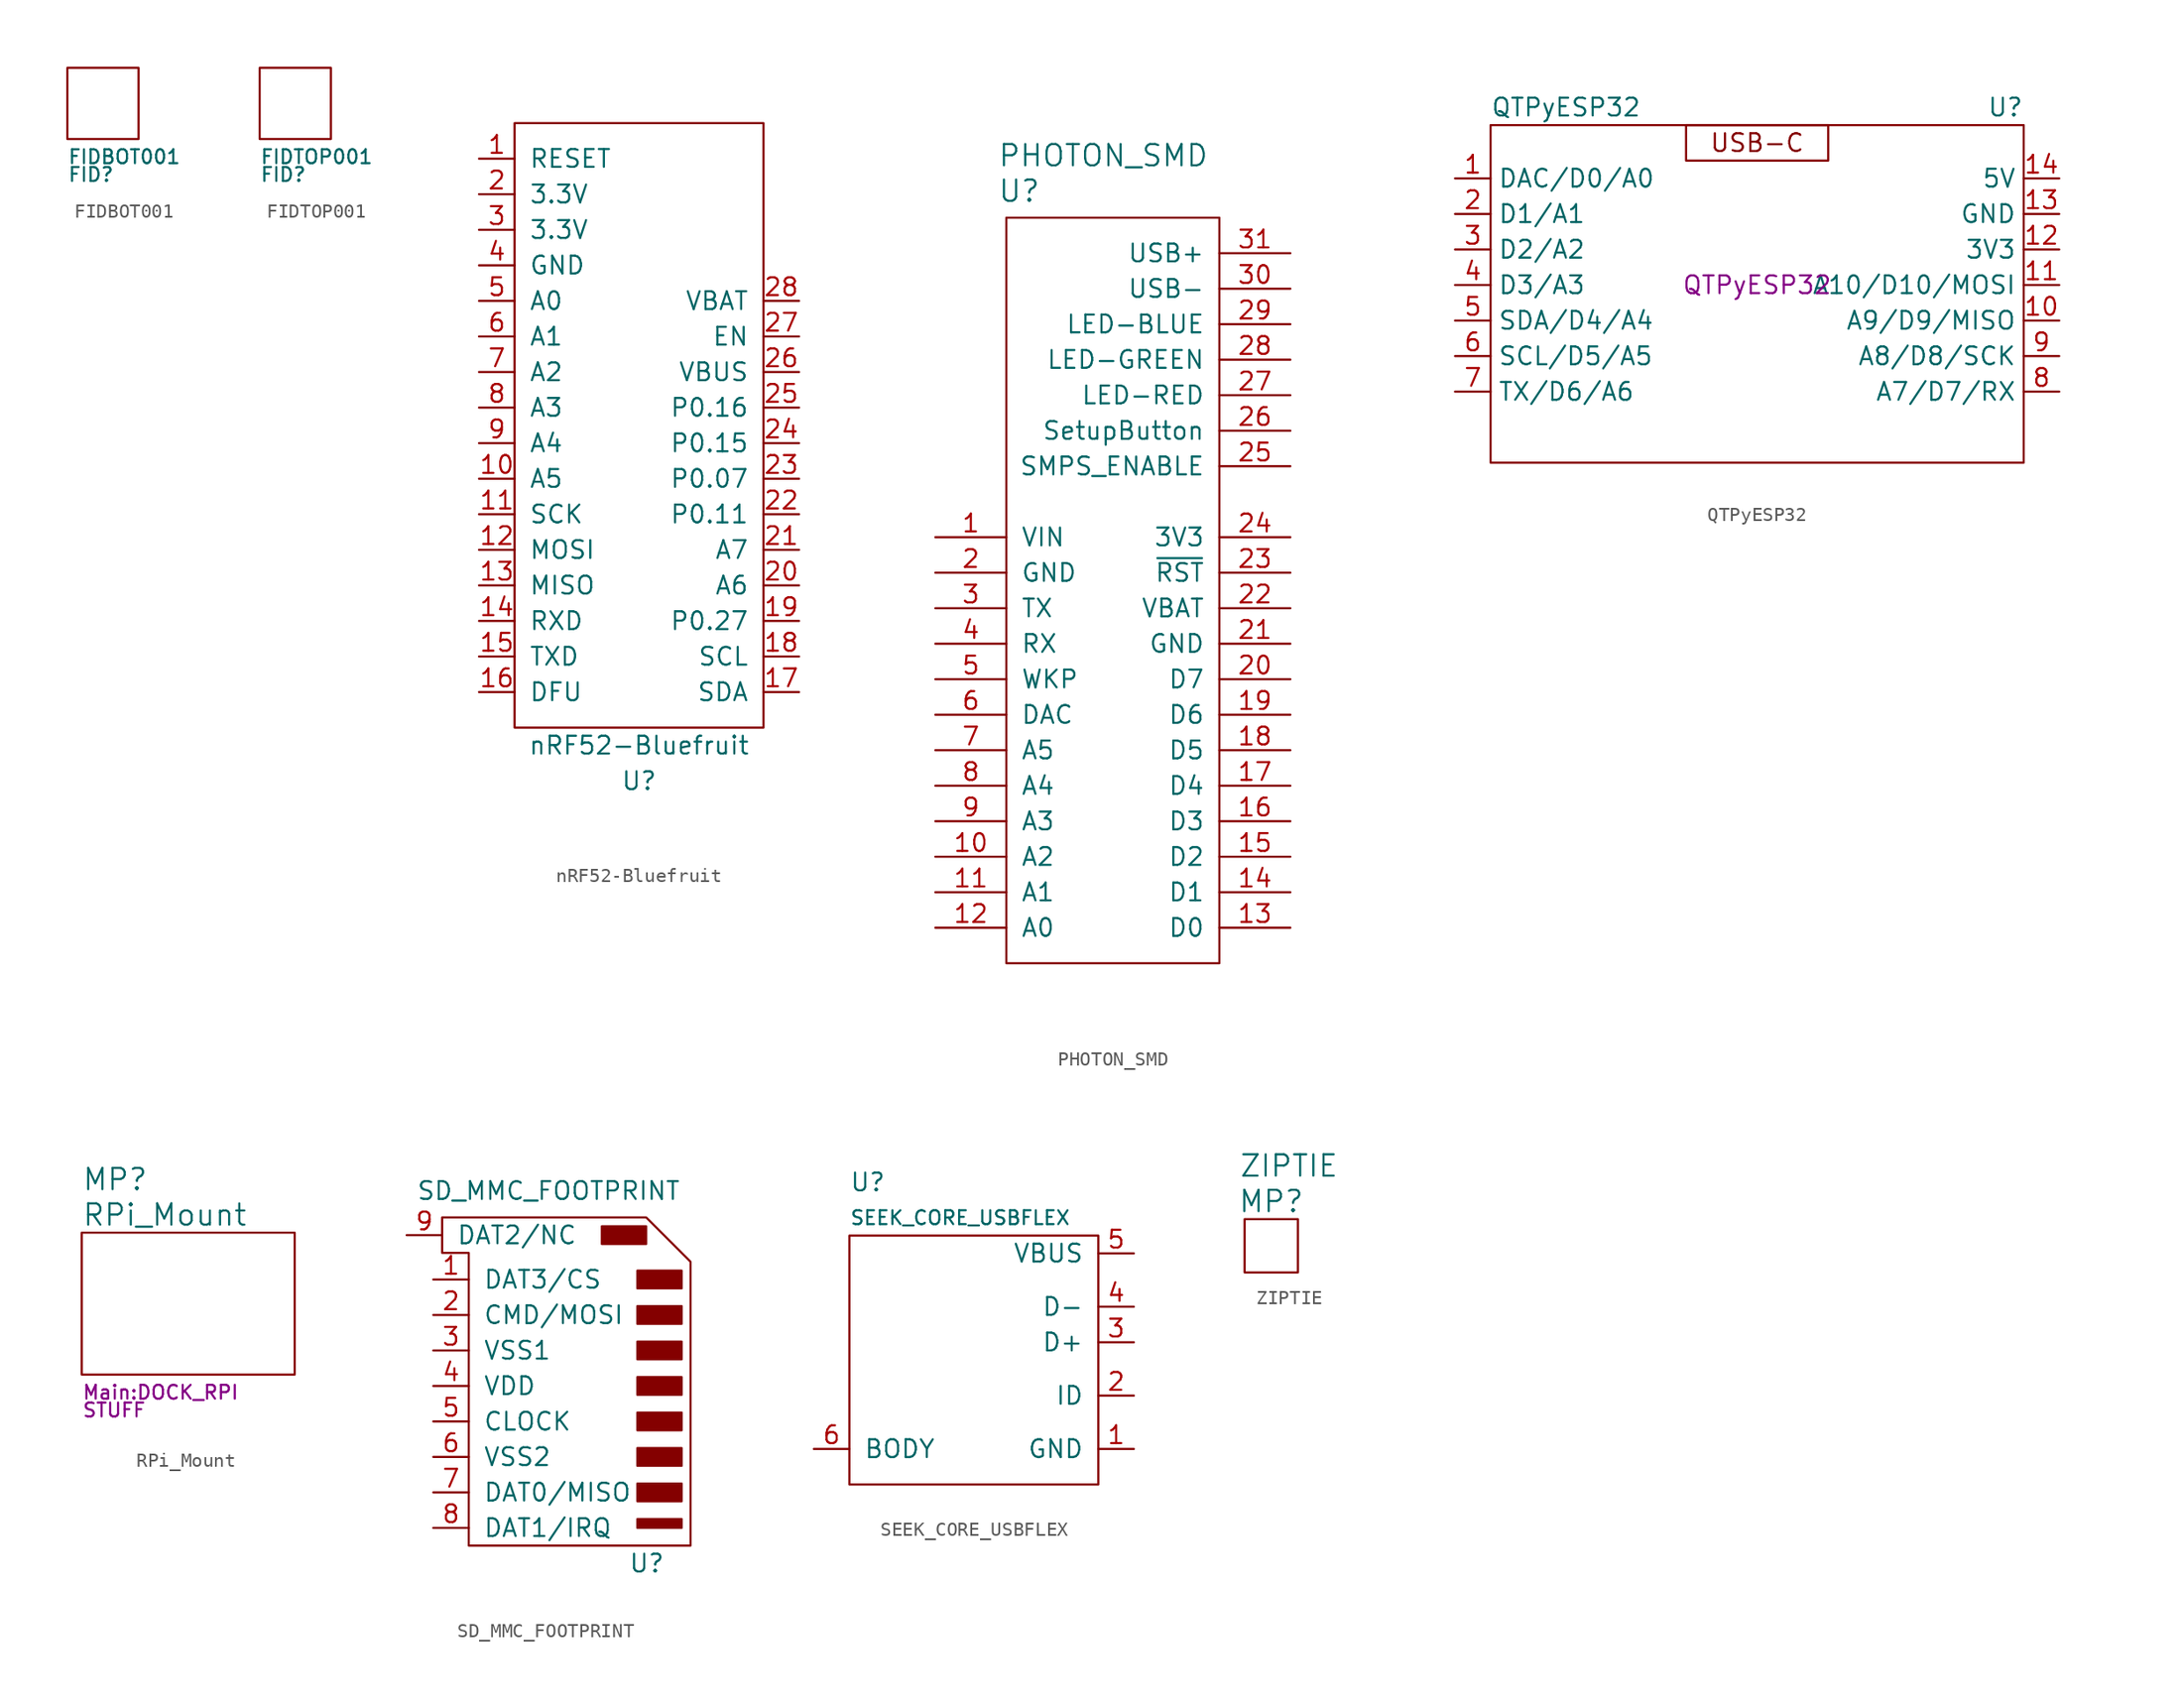
<source format=kicad_sym>
(kicad_symbol_lib
  (version 20211014)
  (generator kicad_symbol_editor)
  (symbol "FIDBOT001"
    (pin_names
      (offset 1.016))
    (property "Reference" "FID"
      (at -2.54 -5.08 0)
      (effects (font (size 0.991 0.991)) (justify left)))
    (property "Value" "FIDBOT001"
      (at -2.54 -3.81 0)
      (effects (font (size 0.991 0.991)) (justify left)))
    (symbol "FIDBOT001_0_1"
      (rectangle (start 2.54 -2.54) (end -2.54 2.54) (stroke (width 0) (type default) (color 0 0 0 0)) (fill (type none)))))
  (symbol "FIDTOP001"
    (pin_names
      (offset 1.016))
    (property "Reference" "FID"
      (at -2.54 -5.08 0)
      (effects (font (size 0.991 0.991)) (justify left)))
    (property "Value" "FIDTOP001"
      (at -2.54 -3.81 0)
      (effects (font (size 0.991 0.991)) (justify left)))
    (symbol "FIDTOP001_0_1"
      (rectangle (start 2.54 -2.54) (end -2.54 2.54) (stroke (width 0) (type default) (color 0 0 0 0)) (fill (type none)))))
  (symbol "nRF52-Bluefruit"
    (pin_names
      (offset 1.016))
    (property "Reference" "U"
      (at 0 -25.4 0)
      (effects (font (size 1.27 1.27))))
    (property "Value" "nRF52-Bluefruit"
      (at 0 -22.86 0)
      (effects (font (size 1.27 1.27))))
    (symbol "nRF52-Bluefruit_0_1"
      (rectangle (start 8.89 -21.59) (end -8.89 21.59) (stroke (width 0) (type default) (color 0 0 0 0)) (fill (type none))))
    (symbol "nRF52-Bluefruit_1_1"
      (pin input line (at -11.43 19.05 0) (length 2.54) (name "RESET" (effects (font (size 1.27 1.27)))) (number "1" (effects (font (size 1.27 1.27)))))
      (pin bidirectional line (at -11.43 -3.81 0) (length 2.54) (name "A5" (effects (font (size 1.27 1.27)))) (number "10" (effects (font (size 1.27 1.27)))))
      (pin bidirectional line (at -11.43 -6.35 0) (length 2.54) (name "SCK" (effects (font (size 1.27 1.27)))) (number "11" (effects (font (size 1.27 1.27)))))
      (pin bidirectional line (at -11.43 -8.89 0) (length 2.54) (name "MOSI" (effects (font (size 1.27 1.27)))) (number "12" (effects (font (size 1.27 1.27)))))
      (pin bidirectional line (at -11.43 -11.43 0) (length 2.54) (name "MISO" (effects (font (size 1.27 1.27)))) (number "13" (effects (font (size 1.27 1.27)))))
      (pin bidirectional line (at -11.43 -13.97 0) (length 2.54) (name "RXD" (effects (font (size 1.27 1.27)))) (number "14" (effects (font (size 1.27 1.27)))))
      (pin bidirectional line (at -11.43 -16.51 0) (length 2.54) (name "TXD" (effects (font (size 1.27 1.27)))) (number "15" (effects (font (size 1.27 1.27)))))
      (pin bidirectional line (at -11.43 -19.05 0) (length 2.54) (name "DFU" (effects (font (size 1.27 1.27)))) (number "16" (effects (font (size 1.27 1.27)))))
      (pin bidirectional line (at 11.43 -19.05 180) (length 2.54) (name "SDA" (effects (font (size 1.27 1.27)))) (number "17" (effects (font (size 1.27 1.27)))))
      (pin bidirectional line (at 11.43 -16.51 180) (length 2.54) (name "SCL" (effects (font (size 1.27 1.27)))) (number "18" (effects (font (size 1.27 1.27)))))
      (pin bidirectional line (at 11.43 -13.97 180) (length 2.54) (name "P0.27" (effects (font (size 1.27 1.27)))) (number "19" (effects (font (size 1.27 1.27)))))
      (pin power_in line (at -11.43 16.51 0) (length 2.54) (name "3.3V" (effects (font (size 1.27 1.27)))) (number "2" (effects (font (size 1.27 1.27)))))
      (pin bidirectional line (at 11.43 -11.43 180) (length 2.54) (name "A6" (effects (font (size 1.27 1.27)))) (number "20" (effects (font (size 1.27 1.27)))))
      (pin bidirectional line (at 11.43 -8.89 180) (length 2.54) (name "A7" (effects (font (size 1.27 1.27)))) (number "21" (effects (font (size 1.27 1.27)))))
      (pin bidirectional line (at 11.43 -6.35 180) (length 2.54) (name "P0.11" (effects (font (size 1.27 1.27)))) (number "22" (effects (font (size 1.27 1.27)))))
      (pin bidirectional line (at 11.43 -3.81 180) (length 2.54) (name "P0.07" (effects (font (size 1.27 1.27)))) (number "23" (effects (font (size 1.27 1.27)))))
      (pin bidirectional line (at 11.43 -1.27 180) (length 2.54) (name "P0.15" (effects (font (size 1.27 1.27)))) (number "24" (effects (font (size 1.27 1.27)))))
      (pin bidirectional line (at 11.43 1.27 180) (length 2.54) (name "P0.16" (effects (font (size 1.27 1.27)))) (number "25" (effects (font (size 1.27 1.27)))))
      (pin bidirectional line (at 11.43 3.81 180) (length 2.54) (name "VBUS" (effects (font (size 1.27 1.27)))) (number "26" (effects (font (size 1.27 1.27)))))
      (pin bidirectional line (at 11.43 6.35 180) (length 2.54) (name "EN" (effects (font (size 1.27 1.27)))) (number "27" (effects (font (size 1.27 1.27)))))
      (pin bidirectional line (at 11.43 8.89 180) (length 2.54) (name "VBAT" (effects (font (size 1.27 1.27)))) (number "28" (effects (font (size 1.27 1.27)))))
      (pin power_in line (at -11.43 13.97 0) (length 2.54) (name "3.3V" (effects (font (size 1.27 1.27)))) (number "3" (effects (font (size 1.27 1.27)))))
      (pin power_in line (at -11.43 11.43 0) (length 2.54) (name "GND" (effects (font (size 1.27 1.27)))) (number "4" (effects (font (size 1.27 1.27)))))
      (pin bidirectional line (at -11.43 8.89 0) (length 2.54) (name "A0" (effects (font (size 1.27 1.27)))) (number "5" (effects (font (size 1.27 1.27)))))
      (pin bidirectional line (at -11.43 6.35 0) (length 2.54) (name "A1" (effects (font (size 1.27 1.27)))) (number "6" (effects (font (size 1.27 1.27)))))
      (pin bidirectional line (at -11.43 3.81 0) (length 2.54) (name "A2" (effects (font (size 1.27 1.27)))) (number "7" (effects (font (size 1.27 1.27)))))
      (pin bidirectional line (at -11.43 1.27 0) (length 2.54) (name "A3" (effects (font (size 1.27 1.27)))) (number "8" (effects (font (size 1.27 1.27)))))
      (pin bidirectional line (at -11.43 -1.27 0) (length 2.54) (name "A4" (effects (font (size 1.27 1.27)))) (number "9" (effects (font (size 1.27 1.27)))))))
  (symbol "PHOTON_SMD"
    (pin_names
      (offset 1.016))
    (property "Reference" "U"
      (at -8.255 28.575 0)
      (effects (font (size 1.524 1.524)) (justify left)))
    (property "Value" "PHOTON_SMD"
      (at -8.255 31.115 0)
      (effects (font (size 1.524 1.524)) (justify left)))
    (symbol "PHOTON_SMD_0_1"
      (rectangle (start 7.62 -26.67) (end -7.62 26.67) (stroke (width 0) (type default) (color 0 0 0 0)) (fill (type none))))
    (symbol "PHOTON_SMD_1_1"
      (pin power_in line (at -12.7 3.81 0) (length 5.08) (name "VIN" (effects (font (size 1.27 1.27)))) (number "1" (effects (font (size 1.27 1.27)))))
      (pin bidirectional line (at -12.7 -19.05 0) (length 5.08) (name "A2" (effects (font (size 1.27 1.27)))) (number "10" (effects (font (size 1.27 1.27)))))
      (pin bidirectional line (at -12.7 -21.59 0) (length 5.08) (name "A1" (effects (font (size 1.27 1.27)))) (number "11" (effects (font (size 1.27 1.27)))))
      (pin bidirectional line (at -12.7 -24.13 0) (length 5.08) (name "A0" (effects (font (size 1.27 1.27)))) (number "12" (effects (font (size 1.27 1.27)))))
      (pin bidirectional line (at 12.7 -24.13 180) (length 5.08) (name "D0" (effects (font (size 1.27 1.27)))) (number "13" (effects (font (size 1.27 1.27)))))
      (pin bidirectional line (at 12.7 -21.59 180) (length 5.08) (name "D1" (effects (font (size 1.27 1.27)))) (number "14" (effects (font (size 1.27 1.27)))))
      (pin bidirectional line (at 12.7 -19.05 180) (length 5.08) (name "D2" (effects (font (size 1.27 1.27)))) (number "15" (effects (font (size 1.27 1.27)))))
      (pin bidirectional line (at 12.7 -16.51 180) (length 5.08) (name "D3" (effects (font (size 1.27 1.27)))) (number "16" (effects (font (size 1.27 1.27)))))
      (pin bidirectional line (at 12.7 -13.97 180) (length 5.08) (name "D4" (effects (font (size 1.27 1.27)))) (number "17" (effects (font (size 1.27 1.27)))))
      (pin bidirectional line (at 12.7 -11.43 180) (length 5.08) (name "D5" (effects (font (size 1.27 1.27)))) (number "18" (effects (font (size 1.27 1.27)))))
      (pin bidirectional line (at 12.7 -8.89 180) (length 5.08) (name "D6" (effects (font (size 1.27 1.27)))) (number "19" (effects (font (size 1.27 1.27)))))
      (pin power_in line (at -12.7 1.27 0) (length 5.08) (name "GND" (effects (font (size 1.27 1.27)))) (number "2" (effects (font (size 1.27 1.27)))))
      (pin bidirectional line (at 12.7 -6.35 180) (length 5.08) (name "D7" (effects (font (size 1.27 1.27)))) (number "20" (effects (font (size 1.27 1.27)))))
      (pin bidirectional line (at 12.7 -3.81 180) (length 5.08) (name "GND" (effects (font (size 1.27 1.27)))) (number "21" (effects (font (size 1.27 1.27)))))
      (pin bidirectional line (at 12.7 -1.27 180) (length 5.08) (name "VBAT" (effects (font (size 1.27 1.27)))) (number "22" (effects (font (size 1.27 1.27)))))
      (pin bidirectional line (at 12.7 1.27 180) (length 5.08) (name "~{RST}" (effects (font (size 1.27 1.27)))) (number "23" (effects (font (size 1.27 1.27)))))
      (pin bidirectional line (at 12.7 3.81 180) (length 5.08) (name "3V3" (effects (font (size 1.27 1.27)))) (number "24" (effects (font (size 1.27 1.27)))))
      (pin bidirectional line (at 12.7 8.89 180) (length 5.08) (name "SMPS_ENABLE" (effects (font (size 1.27 1.27)))) (number "25" (effects (font (size 1.27 1.27)))))
      (pin bidirectional line (at 12.7 11.43 180) (length 5.08) (name "SetupButton" (effects (font (size 1.27 1.27)))) (number "26" (effects (font (size 1.27 1.27)))))
      (pin bidirectional line (at 12.7 13.97 180) (length 5.08) (name "LED-RED" (effects (font (size 1.27 1.27)))) (number "27" (effects (font (size 1.27 1.27)))))
      (pin bidirectional line (at 12.7 16.51 180) (length 5.08) (name "LED-GREEN" (effects (font (size 1.27 1.27)))) (number "28" (effects (font (size 1.27 1.27)))))
      (pin bidirectional line (at 12.7 19.05 180) (length 5.08) (name "LED-BLUE" (effects (font (size 1.27 1.27)))) (number "29" (effects (font (size 1.27 1.27)))))
      (pin output line (at -12.7 -1.27 0) (length 5.08) (name "TX" (effects (font (size 1.27 1.27)))) (number "3" (effects (font (size 1.27 1.27)))))
      (pin bidirectional line (at 12.7 21.59 180) (length 5.08) (name "USB-" (effects (font (size 1.27 1.27)))) (number "30" (effects (font (size 1.27 1.27)))))
      (pin bidirectional line (at 12.7 24.13 180) (length 5.08) (name "USB+" (effects (font (size 1.27 1.27)))) (number "31" (effects (font (size 1.27 1.27)))))
      (pin input line (at -12.7 -3.81 0) (length 5.08) (name "RX" (effects (font (size 1.27 1.27)))) (number "4" (effects (font (size 1.27 1.27)))))
      (pin bidirectional line (at -12.7 -6.35 0) (length 5.08) (name "WKP" (effects (font (size 1.27 1.27)))) (number "5" (effects (font (size 1.27 1.27)))))
      (pin bidirectional line (at -12.7 -8.89 0) (length 5.08) (name "DAC" (effects (font (size 1.27 1.27)))) (number "6" (effects (font (size 1.27 1.27)))))
      (pin bidirectional line (at -12.7 -11.43 0) (length 5.08) (name "A5" (effects (font (size 1.27 1.27)))) (number "7" (effects (font (size 1.27 1.27)))))
      (pin bidirectional line (at -12.7 -13.97 0) (length 5.08) (name "A4" (effects (font (size 1.27 1.27)))) (number "8" (effects (font (size 1.27 1.27)))))
      (pin bidirectional line (at -12.7 -16.51 0) (length 5.08) (name "A3" (effects (font (size 1.27 1.27)))) (number "9" (effects (font (size 1.27 1.27)))))))
  (symbol "QTPyESP32"
    (property "Reference" "U"
      (at 19.05 12.7 0)
      (effects (font (size 1.27 1.27)) (justify right)))
    (property "Value" "QTPyESP32"
      (at -19.05 12.7 0)
      (effects (font (size 1.27 1.27)) (justify left)))
    (property "MPN" "QTPyESP32"
      (at 0 0 0)
      (effects (font (size 1.27 1.27))))
    (symbol "QTPyESP32_0_0"
      (text "USB-C" (at 0 10.16 0) (effects (font (size 1.27 1.27)))))
    (symbol "QTPyESP32_0_1"
      (rectangle (start -19.05 11.43) (end 19.05 -12.7) (stroke (width 0.152) (type default) (color 0 0 0 0)) (fill (type none)))
      (rectangle (start -5.08 11.43) (end 5.08 8.89) (stroke (width 0.152) (type default) (color 0 0 0 0)) (fill (type none))))
    (symbol "QTPyESP32_1_1"
      (pin bidirectional line (at -21.59 7.62 0) (length 2.54) (name "DAC/D0/A0" (effects (font (size 1.27 1.27)))) (number "1" (effects (font (size 1.27 1.27)))))
      (pin power_out line (at 21.59 -2.54 180) (length 2.54) (name "A9/D9/MISO" (effects (font (size 1.27 1.27)))) (number "10" (effects (font (size 1.27 1.27)))))
      (pin power_out line (at 21.59 0 180) (length 2.54) (name "A10/D10/MOSI" (effects (font (size 1.27 1.27)))) (number "11" (effects (font (size 1.27 1.27)))))
      (pin power_out line (at 21.59 2.54 180) (length 2.54) (name "3V3" (effects (font (size 1.27 1.27)))) (number "12" (effects (font (size 1.27 1.27)))))
      (pin power_in line (at 21.59 5.08 180) (length 2.54) (name "GND" (effects (font (size 1.27 1.27)))) (number "13" (effects (font (size 1.27 1.27)))))
      (pin power_in line (at 21.59 7.62 180) (length 2.54) (name "5V" (effects (font (size 1.27 1.27)))) (number "14" (effects (font (size 1.27 1.27)))))
      (pin bidirectional line (at -21.59 5.08 0) (length 2.54) (name "D1/A1" (effects (font (size 1.27 1.27)))) (number "2" (effects (font (size 1.27 1.27)))))
      (pin bidirectional line (at -21.59 2.54 0) (length 2.54) (name "D2/A2" (effects (font (size 1.27 1.27)))) (number "3" (effects (font (size 1.27 1.27)))))
      (pin bidirectional line (at -21.59 0 0) (length 2.54) (name "D3/A3" (effects (font (size 1.27 1.27)))) (number "4" (effects (font (size 1.27 1.27)))))
      (pin bidirectional line (at -21.59 -2.54 0) (length 2.54) (name "SDA/D4/A4" (effects (font (size 1.27 1.27)))) (number "5" (effects (font (size 1.27 1.27)))))
      (pin bidirectional line (at -21.59 -5.08 0) (length 2.54) (name "SCL/D5/A5" (effects (font (size 1.27 1.27)))) (number "6" (effects (font (size 1.27 1.27)))))
      (pin bidirectional line (at -21.59 -7.62 0) (length 2.54) (name "TX/D6/A6" (effects (font (size 1.27 1.27)))) (number "7" (effects (font (size 1.27 1.27)))))
      (pin power_out line (at 21.59 -7.62 180) (length 2.54) (name "A7/D7/RX" (effects (font (size 1.27 1.27)))) (number "8" (effects (font (size 1.27 1.27)))))
      (pin power_out line (at 21.59 -5.08 180) (length 2.54) (name "A8/D8/SCK" (effects (font (size 1.27 1.27)))) (number "9" (effects (font (size 1.27 1.27)))))))
  (symbol "RPi_Mount"
    (pin_names
      (offset 1.016))
    (property "Reference" "MP"
      (at -7.62 8.89 0)
      (effects (font (size 1.524 1.524)) (justify left)))
    (property "Value" "RPi_Mount"
      (at -7.62 6.35 0)
      (effects (font (size 1.524 1.524)) (justify left)))
    (property "Footprint" "Main:DOCK_RPI"
      (at -7.62 -6.35 0)
      (effects (font (size 0.991 0.991)) (justify left)))
    (property "Datasheet" ""
      (at -7.62 8.89 0)
      (effects (font (size 1.524 1.524))))
    (property "SKU" "STUFF"
      (at -7.62 -7.62 0)
      (effects (font (size 0.991 0.991)) (justify left)))
    (symbol "RPi_Mount_0_1"
      (rectangle (start -7.62 5.08) (end 7.62 -5.08) (stroke (width 0) (type default) (color 0 0 0 0)) (fill (type none)))))
  (symbol "SD_MMC_FOOTPRINT"
    (pin_names
      (offset 1.016))
    (property "Reference" "U"
      (at 11.43 -12.7 0)
      (effects (font (size 1.27 1.27)) (justify left)))
    (property "Value" "SD_MMC_FOOTPRINT"
      (at 5.715 13.97 0)
      (effects (font (size 1.27 1.27))))
    (symbol "SD_MMC_FOOTPRINT_0_1"
      (polyline (pts (xy -1.905 12.065) (xy -1.905 9.525) (xy 0 9.525) (xy 0 -11.43) (xy 15.875 -11.43) (xy 15.875 8.89) (xy 12.7 12.065) (xy -1.905 12.065)) (stroke (width 0) (type default) (color 0 0 0 0)) (fill (type none)))
      (rectangle (start 9.525 11.43) (end 12.7 10.16) (stroke (width 0) (type default) (color 0 0 0 0)) (fill (type outline)))
      (rectangle (start 12.065 -9.525) (end 15.24 -10.16) (stroke (width 0) (type default) (color 0 0 0 0)) (fill (type outline)))
      (rectangle (start 12.065 -6.985) (end 15.24 -8.255) (stroke (width 0) (type default) (color 0 0 0 0)) (fill (type outline)))
      (rectangle (start 12.065 -4.445) (end 15.24 -5.715) (stroke (width 0) (type default) (color 0 0 0 0)) (fill (type outline)))
      (rectangle (start 12.065 -1.905) (end 15.24 -3.175) (stroke (width 0) (type default) (color 0 0 0 0)) (fill (type outline)))
      (rectangle (start 12.065 0.635) (end 15.24 -0.635) (stroke (width 0) (type default) (color 0 0 0 0)) (fill (type outline)))
      (rectangle (start 12.065 3.175) (end 15.24 1.905) (stroke (width 0) (type default) (color 0 0 0 0)) (fill (type outline)))
      (rectangle (start 12.065 5.715) (end 15.24 4.445) (stroke (width 0) (type default) (color 0 0 0 0)) (fill (type outline)))
      (rectangle (start 12.065 8.255) (end 15.24 6.985) (stroke (width 0) (type default) (color 0 0 0 0)) (fill (type outline))))
    (symbol "SD_MMC_FOOTPRINT_1_1"
      (pin bidirectional line (at -2.54 7.62 0) (length 2.54) (name "DAT3/CS" (effects (font (size 1.27 1.27)))) (number "1" (effects (font (size 1.27 1.27)))))
      (pin input line (at -2.54 5.08 0) (length 2.54) (name "CMD/MOSI" (effects (font (size 1.27 1.27)))) (number "2" (effects (font (size 1.27 1.27)))))
      (pin power_out line (at -2.54 2.54 0) (length 2.54) (name "VSS1" (effects (font (size 1.27 1.27)))) (number "3" (effects (font (size 1.27 1.27)))))
      (pin power_out line (at -2.54 0 0) (length 2.54) (name "VDD" (effects (font (size 1.27 1.27)))) (number "4" (effects (font (size 1.27 1.27)))))
      (pin output line (at -2.54 -2.54 0) (length 2.54) (name "CLOCK" (effects (font (size 1.27 1.27)))) (number "5" (effects (font (size 1.27 1.27)))))
      (pin output line (at -2.54 -5.08 0) (length 2.54) (name "VSS2" (effects (font (size 1.27 1.27)))) (number "6" (effects (font (size 1.27 1.27)))))
      (pin output line (at -2.54 -7.62 0) (length 2.54) (name "DAT0/MISO" (effects (font (size 1.27 1.27)))) (number "7" (effects (font (size 1.27 1.27)))))
      (pin output line (at -2.54 -10.16 0) (length 2.54) (name "DAT1/IRQ" (effects (font (size 1.27 1.27)))) (number "8" (effects (font (size 1.27 1.27)))))
      (pin output line (at -4.445 10.795 0) (length 2.54) (name "DAT2/NC" (effects (font (size 1.27 1.27)))) (number "9" (effects (font (size 1.27 1.27)))))))
  (symbol "SEEK_CORE_USBFLEX"
    (pin_names
      (offset 1.016))
    (property "Reference" "U"
      (at -8.89 12.7 0)
      (effects (font (size 1.27 1.27)) (justify left)))
    (property "Value" "SEEK_CORE_USBFLEX"
      (at -8.89 10.16 0)
      (effects (font (size 0.991 0.991)) (justify left)))
    (symbol "SEEK_CORE_USBFLEX_0_1"
      (rectangle (start 8.89 8.89) (end -8.89 -8.89) (stroke (width 0) (type default) (color 0 0 0 0)) (fill (type none))))
    (symbol "SEEK_CORE_USBFLEX_1_1"
      (pin bidirectional line (at 11.43 -6.35 180) (length 2.54) (name "GND" (effects (font (size 1.27 1.27)))) (number "1" (effects (font (size 1.27 1.27)))))
      (pin bidirectional line (at 11.43 -2.54 180) (length 2.54) (name "ID" (effects (font (size 1.27 1.27)))) (number "2" (effects (font (size 1.27 1.27)))))
      (pin bidirectional line (at 11.43 1.27 180) (length 2.54) (name "D+" (effects (font (size 1.27 1.27)))) (number "3" (effects (font (size 1.27 1.27)))))
      (pin bidirectional line (at 11.43 3.81 180) (length 2.54) (name "D-" (effects (font (size 1.27 1.27)))) (number "4" (effects (font (size 1.27 1.27)))))
      (pin bidirectional line (at 11.43 7.62 180) (length 2.54) (name "VBUS" (effects (font (size 1.27 1.27)))) (number "5" (effects (font (size 1.27 1.27)))))
      (pin bidirectional line (at -11.43 -6.35 0) (length 2.54) (name "BODY" (effects (font (size 1.27 1.27)))) (number "6" (effects (font (size 1.27 1.27)))))))
  (symbol "ZIPTIE"
    (pin_names
      (offset 1.016))
    (property "Reference" "MP"
      (at 0 3.175 0)
      (effects (font (size 1.524 1.524))))
    (property "Value" "ZIPTIE"
      (at 1.27 5.715 0)
      (effects (font (size 1.524 1.524))))
    (symbol "ZIPTIE_0_1"
      (rectangle (start -1.905 1.905) (end 1.905 -1.905) (stroke (width 0) (type default) (color 0 0 0 0)) (fill (type none))))))
</source>
